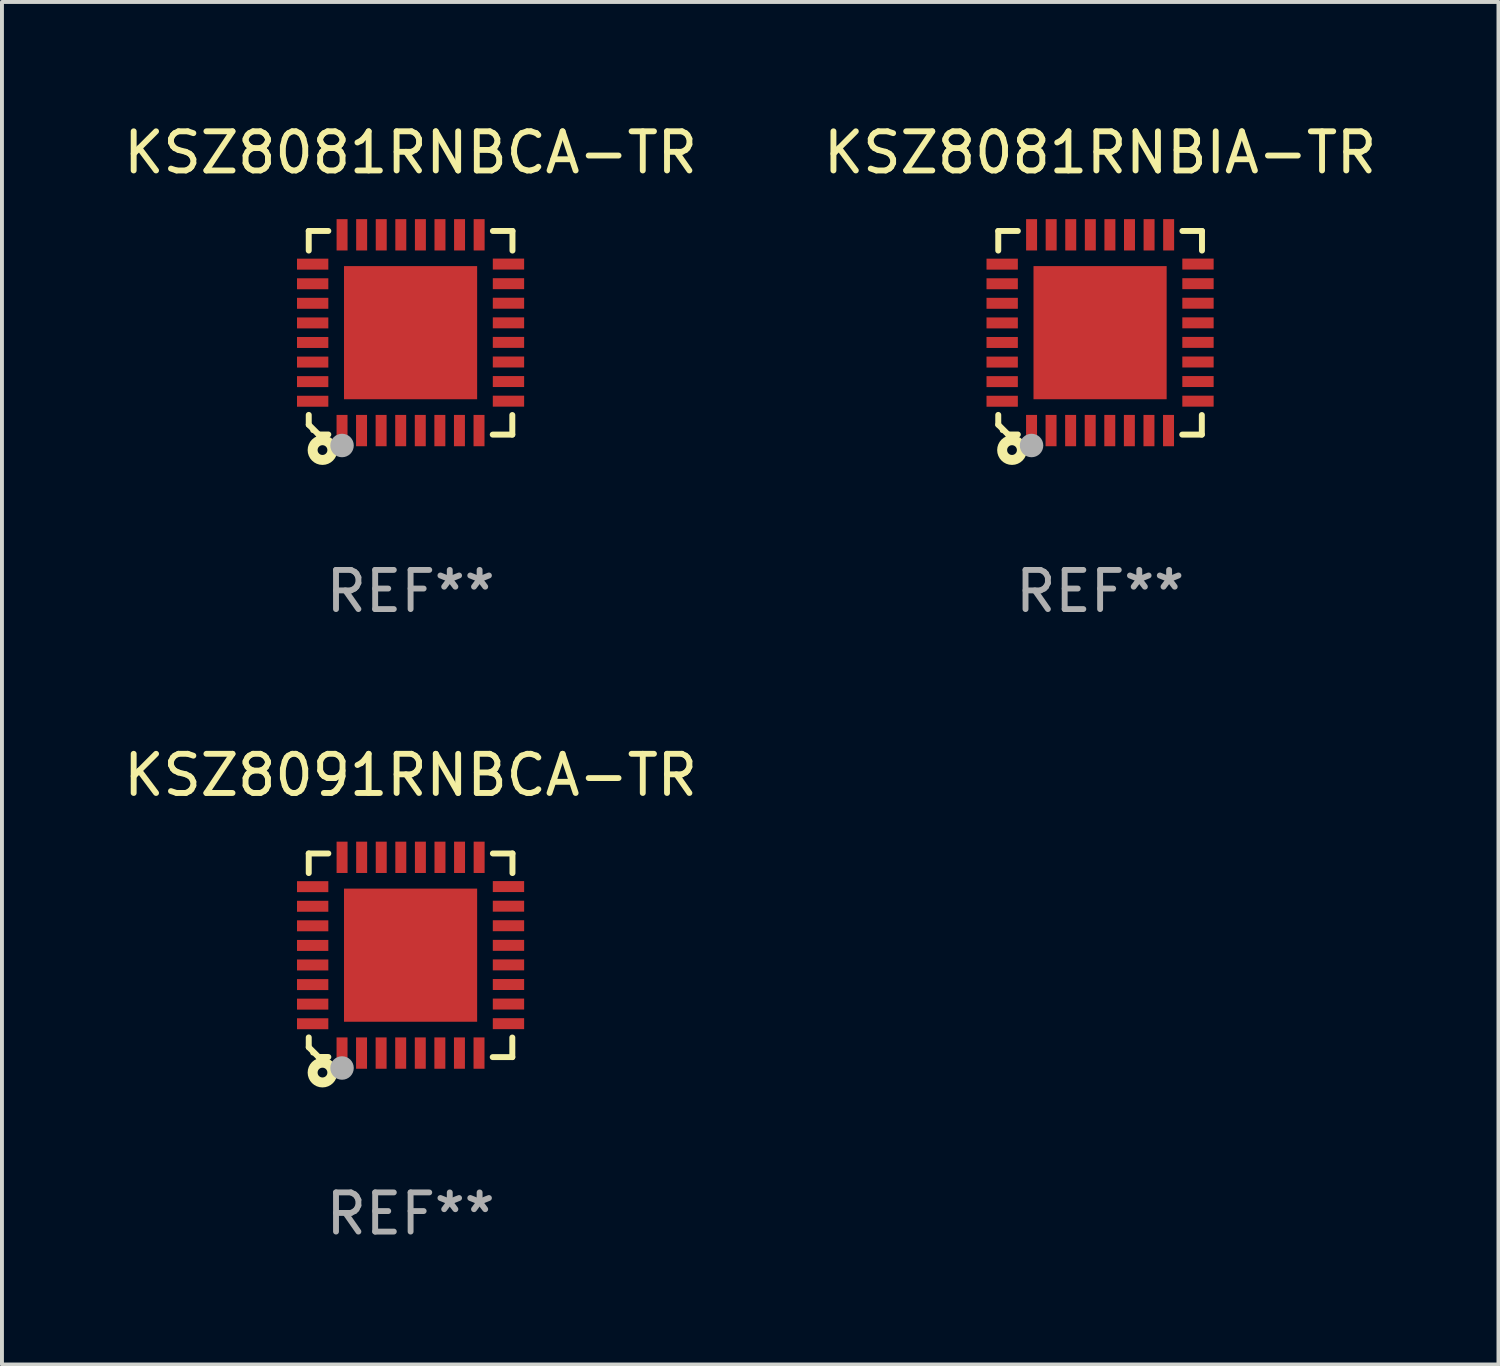
<source format=kicad_pcb>
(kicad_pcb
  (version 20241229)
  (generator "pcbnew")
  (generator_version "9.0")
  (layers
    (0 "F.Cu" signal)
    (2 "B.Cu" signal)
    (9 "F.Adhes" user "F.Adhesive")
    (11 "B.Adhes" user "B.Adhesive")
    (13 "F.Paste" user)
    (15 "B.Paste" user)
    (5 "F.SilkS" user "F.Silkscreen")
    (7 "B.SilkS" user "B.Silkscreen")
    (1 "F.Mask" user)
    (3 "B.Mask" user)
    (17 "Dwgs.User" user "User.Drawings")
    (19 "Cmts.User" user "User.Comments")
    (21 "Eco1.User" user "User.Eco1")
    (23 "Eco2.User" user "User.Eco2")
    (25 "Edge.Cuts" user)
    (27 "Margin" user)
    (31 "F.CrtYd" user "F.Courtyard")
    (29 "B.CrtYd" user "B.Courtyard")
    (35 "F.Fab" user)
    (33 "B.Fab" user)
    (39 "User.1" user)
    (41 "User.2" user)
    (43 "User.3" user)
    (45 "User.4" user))
  (footprint "KSZ8081RNBCA-TR"
    (layer "F.Cu")
    (at 7.435 5.448)
    (property "Reference" "KSZ8081RNBCA-TR" (at 0 -4.6 0) (layer "F.SilkS") (effects (font (size 1 1) (thickness 0.15))))
    (attr through_hole)
    (fp_line (start -2.601 2.097) (end -2.601 2.347) (stroke (width 0.152) (type solid)) (layer "F.SilkS"))
    (fp_line (start -2.601 2.347) (end -2.351 2.597) (stroke (width 0.152) (type solid)) (layer "F.SilkS"))
    (fp_line (start -2.601 -2.6) (end -2.601 -2.1) (stroke (width 0.152) (type solid)) (layer "F.SilkS"))
    (fp_line (start -2.601 -2.6) (end -2.101 -2.6) (stroke (width 0.152) (type solid)) (layer "F.SilkS"))
    (fp_line (start -2.351 2.597) (end -2.101 2.597) (stroke (width 0.152) (type solid)) (layer "F.SilkS"))
    (fp_line (start 2.597 2.6) (end 2.097 2.6) (stroke (width 0.152) (type solid)) (layer "F.SilkS"))
    (fp_line (start 2.597 2.6) (end 2.597 2.1) (stroke (width 0.152) (type solid)) (layer "F.SilkS"))
    (fp_line (start 2.601 -2.6) (end 2.101 -2.6) (stroke (width 0.152) (type solid)) (layer "F.SilkS"))
    (fp_line (start 2.601 -2.6) (end 2.601 -2.1) (stroke (width 0.152) (type solid)) (layer "F.SilkS"))
    (fp_circle (center -2.501 2.497) (end -2.471 2.497) (stroke (width 0.06) (type solid)) (fill no) (layer "F.SilkS"))
    (fp_circle (center -2.25 2.995) (end -2.125 2.995) (stroke (width 0.254) (type solid)) (fill no) (layer "F.SilkS"))
    (fp_circle (center -1.751 2.878) (end -1.601 2.878) (stroke (width 0.3) (type solid)) (fill no) (layer "F.Fab"))
    (fp_text user "REF**" (at 0 6.6 0) (layer "F.Fab") (effects (font (size 1 1) (thickness 0.15))))
    (pad "1" smd rect (at -1.751 2.497) (size 0.28 0.8) (layers "F.Cu" "F.Mask" "F.Paste"))
    (pad "2" smd rect (at -1.253 2.497) (size 0.28 0.8) (layers "F.Cu" "F.Mask" "F.Paste"))
    (pad "3" smd rect (at -0.753 2.497) (size 0.28 0.8) (layers "F.Cu" "F.Mask" "F.Paste"))
    (pad "4" smd rect (at -0.253 2.497) (size 0.28 0.8) (layers "F.Cu" "F.Mask" "F.Paste"))
    (pad "5" smd rect (at 0.247 2.497) (size 0.28 0.8) (layers "F.Cu" "F.Mask" "F.Paste"))
    (pad "6" smd rect (at 0.747 2.497) (size 0.28 0.8) (layers "F.Cu" "F.Mask" "F.Paste"))
    (pad "7" smd rect (at 1.247 2.497) (size 0.28 0.8) (layers "F.Cu" "F.Mask" "F.Paste"))
    (pad "8" smd rect (at 1.747 2.497) (size 0.28 0.8) (layers "F.Cu" "F.Mask" "F.Paste"))
    (pad "9" smd rect (at 2.499 1.746) (size 0.8 0.28) (layers "F.Cu" "F.Mask" "F.Paste"))
    (pad "10" smd rect (at 2.499 1.245) (size 0.8 0.28) (layers "F.Cu" "F.Mask" "F.Paste"))
    (pad "11" smd rect (at 2.499 0.746) (size 0.8 0.28) (layers "F.Cu" "F.Mask" "F.Paste"))
    (pad "12" smd rect (at 2.499 0.245) (size 0.8 0.28) (layers "F.Cu" "F.Mask" "F.Paste"))
    (pad "13" smd rect (at 2.499 -0.254) (size 0.8 0.28) (layers "F.Cu" "F.Mask" "F.Paste"))
    (pad "14" smd rect (at 2.499 -0.755) (size 0.8 0.28) (layers "F.Cu" "F.Mask" "F.Paste"))
    (pad "15" smd rect (at 2.499 -1.254) (size 0.8 0.28) (layers "F.Cu" "F.Mask" "F.Paste"))
    (pad "16" smd rect (at 2.499 -1.755) (size 0.8 0.28) (layers "F.Cu" "F.Mask" "F.Paste"))
    (pad "17" smd rect (at 1.75 -2.502) (size 0.28 0.8) (layers "F.Cu" "F.Mask" "F.Paste"))
    (pad "18" smd rect (at 1.25 -2.502) (size 0.28 0.8) (layers "F.Cu" "F.Mask" "F.Paste"))
    (pad "19" smd rect (at 0.75 -2.502) (size 0.28 0.8) (layers "F.Cu" "F.Mask" "F.Paste"))
    (pad "20" smd rect (at 0.25 -2.502) (size 0.28 0.8) (layers "F.Cu" "F.Mask" "F.Paste"))
    (pad "21" smd rect (at -0.25 -2.502) (size 0.28 0.8) (layers "F.Cu" "F.Mask" "F.Paste"))
    (pad "22" smd rect (at -0.75 -2.502) (size 0.28 0.8) (layers "F.Cu" "F.Mask" "F.Paste"))
    (pad "23" smd rect (at -1.25 -2.502) (size 0.28 0.8) (layers "F.Cu" "F.Mask" "F.Paste"))
    (pad "24" smd rect (at -1.75 -2.502) (size 0.28 0.8) (layers "F.Cu" "F.Mask" "F.Paste"))
    (pad "25" smd rect (at -2.501 -1.753) (size 0.8 0.28) (layers "F.Cu" "F.Mask" "F.Paste"))
    (pad "26" smd rect (at -2.501 -1.252) (size 0.8 0.28) (layers "F.Cu" "F.Mask" "F.Paste"))
    (pad "27" smd rect (at -2.501 -0.753) (size 0.8 0.28) (layers "F.Cu" "F.Mask" "F.Paste"))
    (pad "28" smd rect (at -2.501 -0.252) (size 0.8 0.28) (layers "F.Cu" "F.Mask" "F.Paste"))
    (pad "29" smd rect (at -2.501 0.247) (size 0.8 0.28) (layers "F.Cu" "F.Mask" "F.Paste"))
    (pad "30" smd rect (at -2.501 0.748) (size 0.8 0.28) (layers "F.Cu" "F.Mask" "F.Paste"))
    (pad "31" smd rect (at -2.501 1.247) (size 0.8 0.28) (layers "F.Cu" "F.Mask" "F.Paste"))
    (pad "32" smd rect (at -2.501 1.748) (size 0.8 0.28) (layers "F.Cu" "F.Mask" "F.Paste"))
    (pad "33" smd rect (at -0.001 -0.003 180) (size 3.4 3.4) (layers "F.Cu" "F.Mask" "F.Paste")))
  (footprint "KSZ8081RNBIA-TR"
    (layer "F.Cu")
    (at 25.042 5.448)
    (property "Reference" "KSZ8081RNBIA-TR" (at 0 -4.6 0) (layer "F.SilkS") (effects (font (size 1 1) (thickness 0.15))))
    (attr through_hole)
    (fp_line (start -2.601 2.097) (end -2.601 2.347) (stroke (width 0.152) (type solid)) (layer "F.SilkS"))
    (fp_line (start -2.601 2.347) (end -2.351 2.597) (stroke (width 0.152) (type solid)) (layer "F.SilkS"))
    (fp_line (start -2.601 -2.6) (end -2.601 -2.1) (stroke (width 0.152) (type solid)) (layer "F.SilkS"))
    (fp_line (start -2.601 -2.6) (end -2.101 -2.6) (stroke (width 0.152) (type solid)) (layer "F.SilkS"))
    (fp_line (start -2.351 2.597) (end -2.101 2.597) (stroke (width 0.152) (type solid)) (layer "F.SilkS"))
    (fp_line (start 2.597 2.6) (end 2.097 2.6) (stroke (width 0.152) (type solid)) (layer "F.SilkS"))
    (fp_line (start 2.597 2.6) (end 2.597 2.1) (stroke (width 0.152) (type solid)) (layer "F.SilkS"))
    (fp_line (start 2.601 -2.6) (end 2.101 -2.6) (stroke (width 0.152) (type solid)) (layer "F.SilkS"))
    (fp_line (start 2.601 -2.6) (end 2.601 -2.1) (stroke (width 0.152) (type solid)) (layer "F.SilkS"))
    (fp_circle (center -2.501 2.497) (end -2.471 2.497) (stroke (width 0.06) (type solid)) (fill no) (layer "F.SilkS"))
    (fp_circle (center -2.25 2.995) (end -2.125 2.995) (stroke (width 0.254) (type solid)) (fill no) (layer "F.SilkS"))
    (fp_circle (center -1.751 2.878) (end -1.601 2.878) (stroke (width 0.3) (type solid)) (fill no) (layer "F.Fab"))
    (fp_text user "REF**" (at 0 6.6 0) (layer "F.Fab") (effects (font (size 1 1) (thickness 0.15))))
    (pad "1" smd rect (at -1.751 2.497) (size 0.28 0.8) (layers "F.Cu" "F.Mask" "F.Paste"))
    (pad "2" smd rect (at -1.253 2.497) (size 0.28 0.8) (layers "F.Cu" "F.Mask" "F.Paste"))
    (pad "3" smd rect (at -0.753 2.497) (size 0.28 0.8) (layers "F.Cu" "F.Mask" "F.Paste"))
    (pad "4" smd rect (at -0.253 2.497) (size 0.28 0.8) (layers "F.Cu" "F.Mask" "F.Paste"))
    (pad "5" smd rect (at 0.247 2.497) (size 0.28 0.8) (layers "F.Cu" "F.Mask" "F.Paste"))
    (pad "6" smd rect (at 0.747 2.497) (size 0.28 0.8) (layers "F.Cu" "F.Mask" "F.Paste"))
    (pad "7" smd rect (at 1.247 2.497) (size 0.28 0.8) (layers "F.Cu" "F.Mask" "F.Paste"))
    (pad "8" smd rect (at 1.747 2.497) (size 0.28 0.8) (layers "F.Cu" "F.Mask" "F.Paste"))
    (pad "9" smd rect (at 2.499 1.746) (size 0.8 0.28) (layers "F.Cu" "F.Mask" "F.Paste"))
    (pad "10" smd rect (at 2.499 1.245) (size 0.8 0.28) (layers "F.Cu" "F.Mask" "F.Paste"))
    (pad "11" smd rect (at 2.499 0.746) (size 0.8 0.28) (layers "F.Cu" "F.Mask" "F.Paste"))
    (pad "12" smd rect (at 2.499 0.245) (size 0.8 0.28) (layers "F.Cu" "F.Mask" "F.Paste"))
    (pad "13" smd rect (at 2.499 -0.254) (size 0.8 0.28) (layers "F.Cu" "F.Mask" "F.Paste"))
    (pad "14" smd rect (at 2.499 -0.755) (size 0.8 0.28) (layers "F.Cu" "F.Mask" "F.Paste"))
    (pad "15" smd rect (at 2.499 -1.254) (size 0.8 0.28) (layers "F.Cu" "F.Mask" "F.Paste"))
    (pad "16" smd rect (at 2.499 -1.755) (size 0.8 0.28) (layers "F.Cu" "F.Mask" "F.Paste"))
    (pad "17" smd rect (at 1.75 -2.502) (size 0.28 0.8) (layers "F.Cu" "F.Mask" "F.Paste"))
    (pad "18" smd rect (at 1.25 -2.502) (size 0.28 0.8) (layers "F.Cu" "F.Mask" "F.Paste"))
    (pad "19" smd rect (at 0.75 -2.502) (size 0.28 0.8) (layers "F.Cu" "F.Mask" "F.Paste"))
    (pad "20" smd rect (at 0.25 -2.502) (size 0.28 0.8) (layers "F.Cu" "F.Mask" "F.Paste"))
    (pad "21" smd rect (at -0.25 -2.502) (size 0.28 0.8) (layers "F.Cu" "F.Mask" "F.Paste"))
    (pad "22" smd rect (at -0.75 -2.502) (size 0.28 0.8) (layers "F.Cu" "F.Mask" "F.Paste"))
    (pad "23" smd rect (at -1.25 -2.502) (size 0.28 0.8) (layers "F.Cu" "F.Mask" "F.Paste"))
    (pad "24" smd rect (at -1.75 -2.502) (size 0.28 0.8) (layers "F.Cu" "F.Mask" "F.Paste"))
    (pad "25" smd rect (at -2.501 -1.753) (size 0.8 0.28) (layers "F.Cu" "F.Mask" "F.Paste"))
    (pad "26" smd rect (at -2.501 -1.252) (size 0.8 0.28) (layers "F.Cu" "F.Mask" "F.Paste"))
    (pad "27" smd rect (at -2.501 -0.753) (size 0.8 0.28) (layers "F.Cu" "F.Mask" "F.Paste"))
    (pad "28" smd rect (at -2.501 -0.252) (size 0.8 0.28) (layers "F.Cu" "F.Mask" "F.Paste"))
    (pad "29" smd rect (at -2.501 0.247) (size 0.8 0.28) (layers "F.Cu" "F.Mask" "F.Paste"))
    (pad "30" smd rect (at -2.501 0.748) (size 0.8 0.28) (layers "F.Cu" "F.Mask" "F.Paste"))
    (pad "31" smd rect (at -2.501 1.247) (size 0.8 0.28) (layers "F.Cu" "F.Mask" "F.Paste"))
    (pad "32" smd rect (at -2.501 1.748) (size 0.8 0.28) (layers "F.Cu" "F.Mask" "F.Paste"))
    (pad "33" smd rect (at -0.001 -0.003 180) (size 3.4 3.4) (layers "F.Cu" "F.Mask" "F.Paste")))
  (footprint "KSZ8091RNBCA-TR"
    (layer "F.Cu")
    (at 7.435 21.344)
    (property "Reference" "KSZ8091RNBCA-TR" (at 0 -4.6 0) (layer "F.SilkS") (effects (font (size 1 1) (thickness 0.15))))
    (attr through_hole)
    (fp_line (start -2.601 2.097) (end -2.601 2.347) (stroke (width 0.152) (type solid)) (layer "F.SilkS"))
    (fp_line (start -2.601 2.347) (end -2.351 2.597) (stroke (width 0.152) (type solid)) (layer "F.SilkS"))
    (fp_line (start -2.601 -2.6) (end -2.601 -2.1) (stroke (width 0.152) (type solid)) (layer "F.SilkS"))
    (fp_line (start -2.601 -2.6) (end -2.101 -2.6) (stroke (width 0.152) (type solid)) (layer "F.SilkS"))
    (fp_line (start -2.351 2.597) (end -2.101 2.597) (stroke (width 0.152) (type solid)) (layer "F.SilkS"))
    (fp_line (start 2.597 2.6) (end 2.097 2.6) (stroke (width 0.152) (type solid)) (layer "F.SilkS"))
    (fp_line (start 2.597 2.6) (end 2.597 2.1) (stroke (width 0.152) (type solid)) (layer "F.SilkS"))
    (fp_line (start 2.601 -2.6) (end 2.101 -2.6) (stroke (width 0.152) (type solid)) (layer "F.SilkS"))
    (fp_line (start 2.601 -2.6) (end 2.601 -2.1) (stroke (width 0.152) (type solid)) (layer "F.SilkS"))
    (fp_circle (center -2.501 2.497) (end -2.471 2.497) (stroke (width 0.06) (type solid)) (fill no) (layer "F.SilkS"))
    (fp_circle (center -2.25 2.995) (end -2.125 2.995) (stroke (width 0.254) (type solid)) (fill no) (layer "F.SilkS"))
    (fp_circle (center -1.751 2.878) (end -1.601 2.878) (stroke (width 0.3) (type solid)) (fill no) (layer "F.Fab"))
    (fp_text user "REF**" (at 0 6.6 0) (layer "F.Fab") (effects (font (size 1 1) (thickness 0.15))))
    (pad "1" smd rect (at -1.751 2.497) (size 0.28 0.8) (layers "F.Cu" "F.Mask" "F.Paste"))
    (pad "2" smd rect (at -1.253 2.497) (size 0.28 0.8) (layers "F.Cu" "F.Mask" "F.Paste"))
    (pad "3" smd rect (at -0.753 2.497) (size 0.28 0.8) (layers "F.Cu" "F.Mask" "F.Paste"))
    (pad "4" smd rect (at -0.253 2.497) (size 0.28 0.8) (layers "F.Cu" "F.Mask" "F.Paste"))
    (pad "5" smd rect (at 0.247 2.497) (size 0.28 0.8) (layers "F.Cu" "F.Mask" "F.Paste"))
    (pad "6" smd rect (at 0.747 2.497) (size 0.28 0.8) (layers "F.Cu" "F.Mask" "F.Paste"))
    (pad "7" smd rect (at 1.247 2.497) (size 0.28 0.8) (layers "F.Cu" "F.Mask" "F.Paste"))
    (pad "8" smd rect (at 1.747 2.497) (size 0.28 0.8) (layers "F.Cu" "F.Mask" "F.Paste"))
    (pad "9" smd rect (at 2.499 1.746) (size 0.8 0.28) (layers "F.Cu" "F.Mask" "F.Paste"))
    (pad "10" smd rect (at 2.499 1.245) (size 0.8 0.28) (layers "F.Cu" "F.Mask" "F.Paste"))
    (pad "11" smd rect (at 2.499 0.746) (size 0.8 0.28) (layers "F.Cu" "F.Mask" "F.Paste"))
    (pad "12" smd rect (at 2.499 0.245) (size 0.8 0.28) (layers "F.Cu" "F.Mask" "F.Paste"))
    (pad "13" smd rect (at 2.499 -0.254) (size 0.8 0.28) (layers "F.Cu" "F.Mask" "F.Paste"))
    (pad "14" smd rect (at 2.499 -0.755) (size 0.8 0.28) (layers "F.Cu" "F.Mask" "F.Paste"))
    (pad "15" smd rect (at 2.499 -1.254) (size 0.8 0.28) (layers "F.Cu" "F.Mask" "F.Paste"))
    (pad "16" smd rect (at 2.499 -1.755) (size 0.8 0.28) (layers "F.Cu" "F.Mask" "F.Paste"))
    (pad "17" smd rect (at 1.75 -2.502) (size 0.28 0.8) (layers "F.Cu" "F.Mask" "F.Paste"))
    (pad "18" smd rect (at 1.25 -2.502) (size 0.28 0.8) (layers "F.Cu" "F.Mask" "F.Paste"))
    (pad "19" smd rect (at 0.75 -2.502) (size 0.28 0.8) (layers "F.Cu" "F.Mask" "F.Paste"))
    (pad "20" smd rect (at 0.25 -2.502) (size 0.28 0.8) (layers "F.Cu" "F.Mask" "F.Paste"))
    (pad "21" smd rect (at -0.25 -2.502) (size 0.28 0.8) (layers "F.Cu" "F.Mask" "F.Paste"))
    (pad "22" smd rect (at -0.75 -2.502) (size 0.28 0.8) (layers "F.Cu" "F.Mask" "F.Paste"))
    (pad "23" smd rect (at -1.25 -2.502) (size 0.28 0.8) (layers "F.Cu" "F.Mask" "F.Paste"))
    (pad "24" smd rect (at -1.75 -2.502) (size 0.28 0.8) (layers "F.Cu" "F.Mask" "F.Paste"))
    (pad "25" smd rect (at -2.501 -1.753) (size 0.8 0.28) (layers "F.Cu" "F.Mask" "F.Paste"))
    (pad "26" smd rect (at -2.501 -1.252) (size 0.8 0.28) (layers "F.Cu" "F.Mask" "F.Paste"))
    (pad "27" smd rect (at -2.501 -0.753) (size 0.8 0.28) (layers "F.Cu" "F.Mask" "F.Paste"))
    (pad "28" smd rect (at -2.501 -0.252) (size 0.8 0.28) (layers "F.Cu" "F.Mask" "F.Paste"))
    (pad "29" smd rect (at -2.501 0.247) (size 0.8 0.28) (layers "F.Cu" "F.Mask" "F.Paste"))
    (pad "30" smd rect (at -2.501 0.748) (size 0.8 0.28) (layers "F.Cu" "F.Mask" "F.Paste"))
    (pad "31" smd rect (at -2.501 1.247) (size 0.8 0.28) (layers "F.Cu" "F.Mask" "F.Paste"))
    (pad "32" smd rect (at -2.501 1.748) (size 0.8 0.28) (layers "F.Cu" "F.Mask" "F.Paste"))
    (pad "33" smd rect (at -0.001 -0.003 180) (size 3.4 3.4) (layers "F.Cu" "F.Mask" "F.Paste")))
  (gr_rect
    (start -3 -3)
    (end 35.214 31.793)
    (stroke (width 0.1) (type default))
    (fill no)
    (layer "Edge.Cuts")))
</source>
